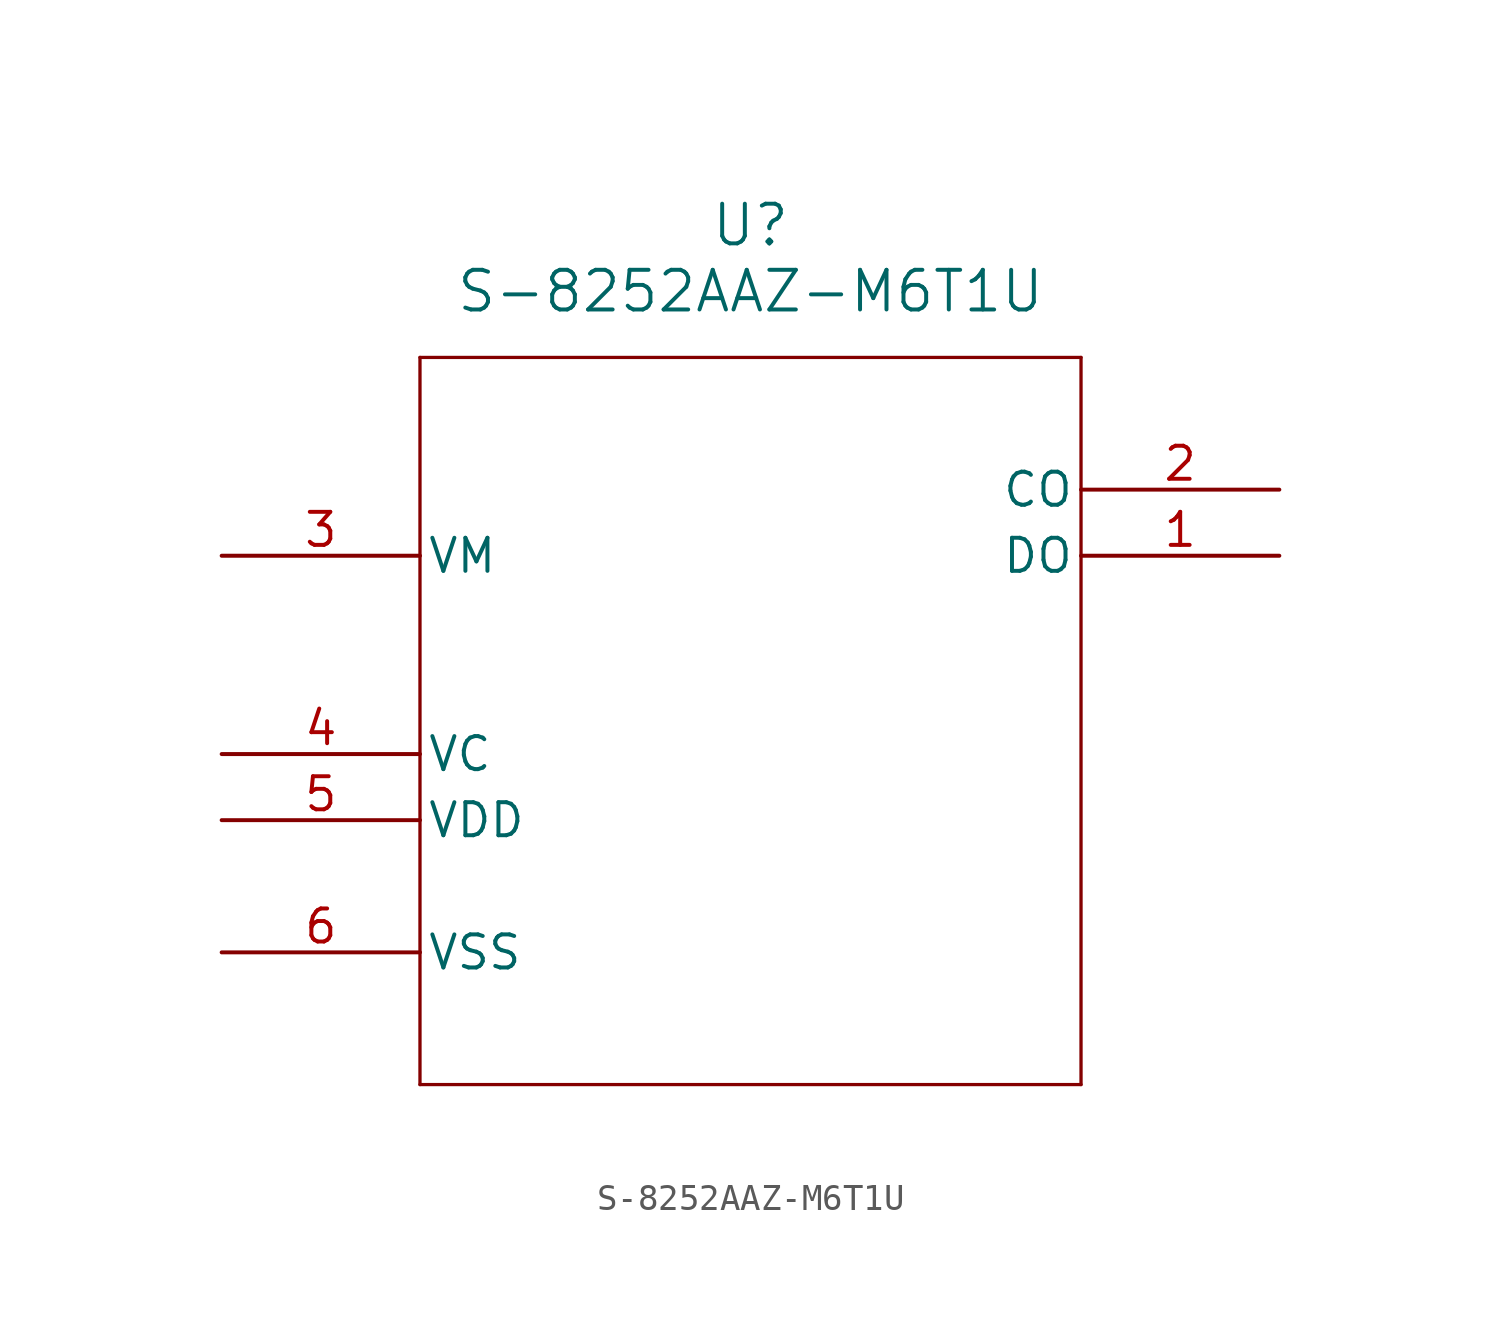
<source format=kicad_sym>
(kicad_symbol_lib
  (version 20211014)
  (generator kicad_symbol_editor)
  (symbol "S-8252AAZ-M6T1U"
    (pin_names
      (offset 0.254))
    (property "Reference" "U"
      (at 20.32 12.7 0)
      (effects (font (size 1.524 1.524))))
    (property "Value" "S-8252AAZ-M6T1U"
      (at 20.32 10.16 0)
      (effects (font (size 1.524 1.524))))
    (symbol "S-8252AAZ-M6T1U_0_1"
      (polyline (pts (xy 7.62 7.62) (xy 7.62 -20.32)) (stroke (width 0.127) (type default) (color 0 0 0 0)) (fill (type none)))
      (polyline (pts (xy 7.62 -20.32) (xy 33.02 -20.32)) (stroke (width 0.127) (type default) (color 0 0 0 0)) (fill (type none)))
      (polyline (pts (xy 33.02 -20.32) (xy 33.02 7.62)) (stroke (width 0.127) (type default) (color 0 0 0 0)) (fill (type none)))
      (polyline (pts (xy 33.02 7.62) (xy 7.62 7.62)) (stroke (width 0.127) (type default) (color 0 0 0 0)) (fill (type none)))
      (pin output line (at 40.64 0 180) (length 7.62) (name "DO" (effects (font (size 1.27 1.27)))) (number "1" (effects (font (size 1.27 1.27)))))
      (pin output line (at 40.64 2.54 180) (length 7.62) (name "CO" (effects (font (size 1.27 1.27)))) (number "2" (effects (font (size 1.27 1.27)))))
      (pin unspecified line (at 0 0 0) (length 7.62) (name "VM" (effects (font (size 1.27 1.27)))) (number "3" (effects (font (size 1.27 1.27)))))
      (pin power_in line (at 0 -7.62 0) (length 7.62) (name "VC" (effects (font (size 1.27 1.27)))) (number "4" (effects (font (size 1.27 1.27)))))
      (pin power_in line (at 0 -10.16 0) (length 7.62) (name "VDD" (effects (font (size 1.27 1.27)))) (number "5" (effects (font (size 1.27 1.27)))))
      (pin power_out line (at 0 -15.24 0) (length 7.62) (name "VSS" (effects (font (size 1.27 1.27)))) (number "6" (effects (font (size 1.27 1.27))))))))
</source>
